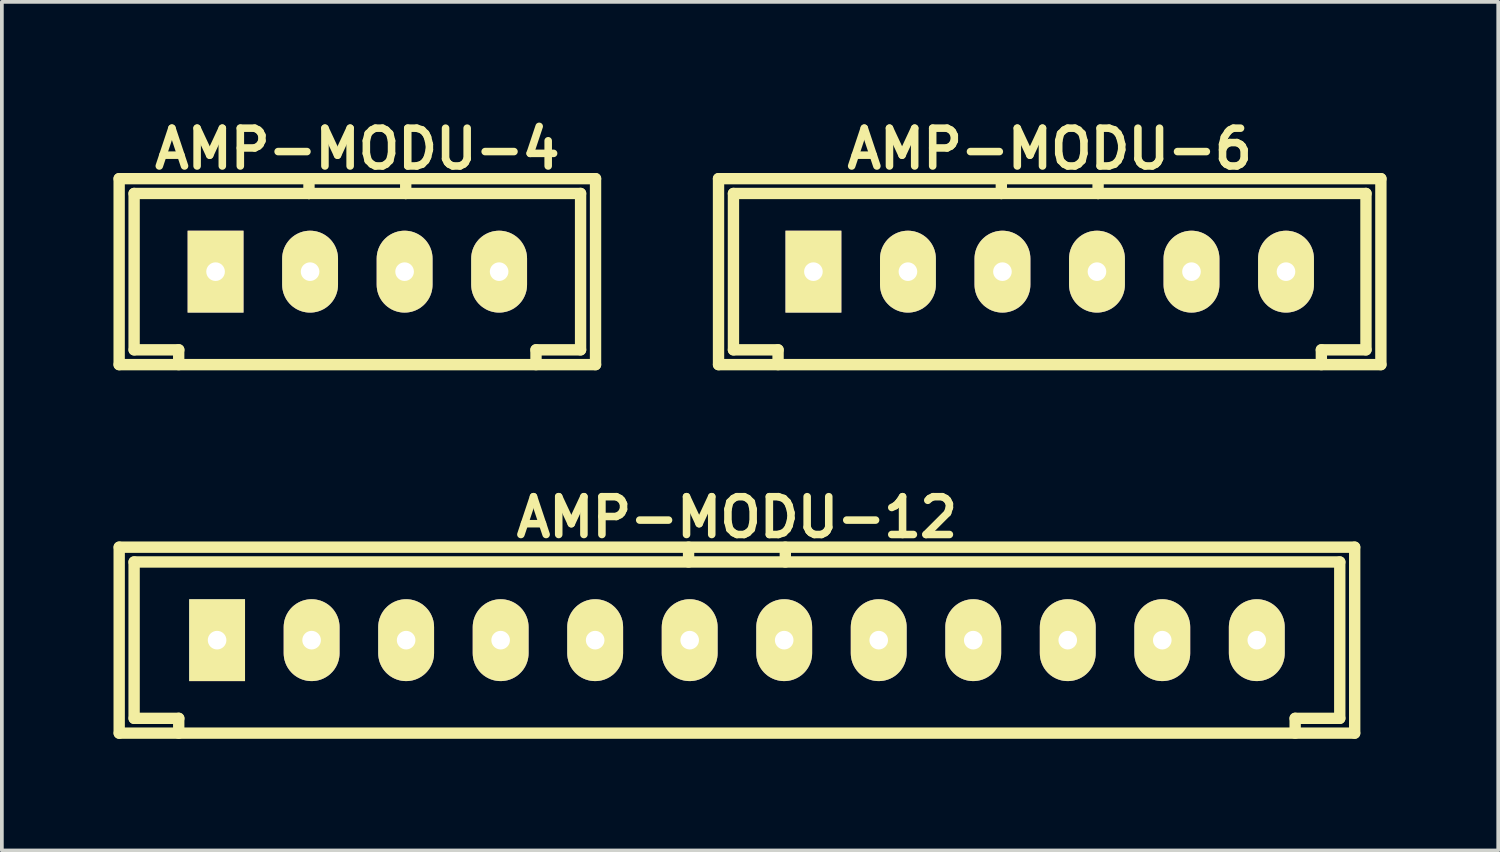
<source format=kicad_pcb>
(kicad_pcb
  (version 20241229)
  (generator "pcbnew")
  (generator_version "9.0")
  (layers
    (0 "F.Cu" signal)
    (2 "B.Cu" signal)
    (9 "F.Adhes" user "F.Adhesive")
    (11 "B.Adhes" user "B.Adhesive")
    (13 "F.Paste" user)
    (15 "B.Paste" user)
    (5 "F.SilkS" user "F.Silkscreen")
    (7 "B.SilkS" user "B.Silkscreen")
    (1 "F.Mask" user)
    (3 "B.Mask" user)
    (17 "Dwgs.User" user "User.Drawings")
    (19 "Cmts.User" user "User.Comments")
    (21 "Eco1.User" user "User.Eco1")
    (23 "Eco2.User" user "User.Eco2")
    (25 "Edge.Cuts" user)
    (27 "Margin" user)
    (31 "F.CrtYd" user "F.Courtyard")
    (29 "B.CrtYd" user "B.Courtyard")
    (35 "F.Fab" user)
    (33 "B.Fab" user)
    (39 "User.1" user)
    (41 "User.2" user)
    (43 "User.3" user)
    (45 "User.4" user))
  (footprint "AMP-MODU-12"
    (layer "F.Cu")
    (at 16.754 14.153)
    (property "Reference" "AMP-MODU-12" (at 0 -3.299 0) (layer "F.SilkS") (effects (font (size 1.016 1.016) (thickness 0.203))))
    (attr through_hole)
    (fp_line (start -16.601 2.499) (end -16.601 -2.499) (stroke (width 0.305) (type solid)) (layer "F.SilkS"))
    (fp_line (start -16.599 -2.499) (end 16.599 -2.499) (stroke (width 0.305) (type solid)) (layer "F.SilkS"))
    (fp_line (start -16.2 -2.101) (end -16.2 2.101) (stroke (width 0.305) (type solid)) (layer "F.SilkS"))
    (fp_line (start -16.2 -2.101) (end 16.2 -2.101) (stroke (width 0.305) (type solid)) (layer "F.SilkS"))
    (fp_line (start -15.001 2.101) (end -15.001 2.499) (stroke (width 0.305) (type solid)) (layer "F.SilkS"))
    (fp_line (start -14.999 2.101) (end -16.198 2.101) (stroke (width 0.305) (type solid)) (layer "F.SilkS"))
    (fp_line (start -1.3 -2.101) (end -1.3 -2.499) (stroke (width 0.305) (type solid)) (layer "F.SilkS"))
    (fp_line (start 1.3 -2.499) (end 1.3 -2.101) (stroke (width 0.305) (type solid)) (layer "F.SilkS"))
    (fp_line (start 15.001 2.499) (end 15.001 2.101) (stroke (width 0.305) (type solid)) (layer "F.SilkS"))
    (fp_line (start 16.2 2.101) (end 15.001 2.101) (stroke (width 0.305) (type solid)) (layer "F.SilkS"))
    (fp_line (start 16.2 2.101) (end 16.2 -2.101) (stroke (width 0.305) (type solid)) (layer "F.SilkS"))
    (fp_line (start 16.599 2.499) (end -16.599 2.499) (stroke (width 0.305) (type solid)) (layer "F.SilkS"))
    (fp_line (start 16.601 -2.499) (end 16.601 2.499) (stroke (width 0.305) (type solid)) (layer "F.SilkS"))
    (pad "1" thru_hole rect (at -13.97 0) (size 1.501 2.2) (drill 0.5) (layers "*.Cu" "*.Mask" "F.SilkS"))
    (pad "2" thru_hole oval (at -11.43 0) (size 1.501 2.2) (drill 0.5) (layers "*.Cu" "*.Mask" "F.SilkS"))
    (pad "3" thru_hole oval (at -8.89 0) (size 1.501 2.2) (drill 0.5) (layers "*.Cu" "*.Mask" "F.SilkS"))
    (pad "4" thru_hole oval (at -6.35 0) (size 1.501 2.2) (drill 0.5) (layers "*.Cu" "*.Mask" "F.SilkS"))
    (pad "5" thru_hole oval (at -3.81 0) (size 1.501 2.2) (drill 0.5) (layers "*.Cu" "*.Mask" "F.SilkS"))
    (pad "6" thru_hole oval (at -1.27 0) (size 1.501 2.2) (drill 0.5) (layers "*.Cu" "*.Mask" "F.SilkS"))
    (pad "7" thru_hole oval (at 1.27 0) (size 1.501 2.2) (drill 0.5) (layers "*.Cu" "*.Mask" "F.SilkS"))
    (pad "8" thru_hole oval (at 3.81 0) (size 1.501 2.2) (drill 0.5) (layers "*.Cu" "*.Mask" "F.SilkS"))
    (pad "9" thru_hole oval (at 6.35 0) (size 1.501 2.2) (drill 0.5) (layers "*.Cu" "*.Mask" "F.SilkS"))
    (pad "10" thru_hole oval (at 8.89 0) (size 1.501 2.2) (drill 0.5) (layers "*.Cu" "*.Mask" "F.SilkS"))
    (pad "11" thru_hole oval (at 11.43 0) (size 1.501 2.2) (drill 0.5) (layers "*.Cu" "*.Mask" "F.SilkS"))
    (pad "12" thru_hole oval (at 13.97 0) (size 1.501 2.2) (drill 0.5) (layers "*.Cu" "*.Mask" "F.SilkS")))
  (footprint "AMP-MODU-4"
    (layer "F.Cu")
    (at 6.553 4.25)
    (property "Reference" "AMP-MODU-4" (at 0 -3.299 0) (layer "F.SilkS") (effects (font (size 1.016 1.016) (thickness 0.203))))
    (attr through_hole)
    (fp_line (start -6.401 -2.499) (end 6.401 -2.499) (stroke (width 0.305) (type solid)) (layer "F.SilkS"))
    (fp_line (start -6.401 2.499) (end -6.401 -2.499) (stroke (width 0.305) (type solid)) (layer "F.SilkS"))
    (fp_line (start -5.999 -2.101) (end -5.999 2.101) (stroke (width 0.305) (type solid)) (layer "F.SilkS"))
    (fp_line (start -4.801 2.101) (end -4.801 2.499) (stroke (width 0.305) (type solid)) (layer "F.SilkS"))
    (fp_line (start -4.798 2.101) (end -5.997 2.101) (stroke (width 0.305) (type solid)) (layer "F.SilkS"))
    (fp_line (start -1.3 -2.101) (end -5.999 -2.101) (stroke (width 0.305) (type solid)) (layer "F.SilkS"))
    (fp_line (start -1.3 -2.101) (end -1.3 -2.499) (stroke (width 0.305) (type solid)) (layer "F.SilkS"))
    (fp_line (start -1.3 -2.101) (end 1.3 -2.101) (stroke (width 0.305) (type solid)) (layer "F.SilkS"))
    (fp_line (start 1.3 -2.499) (end 1.3 -2.101) (stroke (width 0.305) (type solid)) (layer "F.SilkS"))
    (fp_line (start 4.801 2.499) (end 4.801 2.101) (stroke (width 0.305) (type solid)) (layer "F.SilkS"))
    (fp_line (start 5.999 -2.101) (end 1.3 -2.101) (stroke (width 0.305) (type solid)) (layer "F.SilkS"))
    (fp_line (start 5.999 2.101) (end 4.801 2.101) (stroke (width 0.305) (type solid)) (layer "F.SilkS"))
    (fp_line (start 5.999 2.101) (end 5.999 -2.101) (stroke (width 0.305) (type solid)) (layer "F.SilkS"))
    (fp_line (start 6.401 -2.499) (end 6.401 2.499) (stroke (width 0.305) (type solid)) (layer "F.SilkS"))
    (fp_line (start 6.401 2.499) (end -6.401 2.499) (stroke (width 0.305) (type solid)) (layer "F.SilkS"))
    (pad "1" thru_hole rect (at -3.81 0) (size 1.501 2.2) (drill 0.5) (layers "*.Cu" "*.Mask" "F.SilkS"))
    (pad "2" thru_hole oval (at -1.27 0) (size 1.501 2.2) (drill 0.5) (layers "*.Cu" "*.Mask" "F.SilkS"))
    (pad "3" thru_hole oval (at 1.27 0) (size 1.501 2.2) (drill 0.5) (layers "*.Cu" "*.Mask" "F.SilkS"))
    (pad "4" thru_hole oval (at 3.81 0) (size 1.501 2.2) (drill 0.5) (layers "*.Cu" "*.Mask" "F.SilkS")))
  (footprint "AMP-MODU-6"
    (layer "F.Cu")
    (at 25.159 4.25)
    (property "Reference" "AMP-MODU-6" (at 0 -3.299 0) (layer "F.SilkS") (effects (font (size 1.016 1.016) (thickness 0.203))))
    (attr through_hole)
    (fp_line (start -8.9 2.499) (end -8.9 -2.499) (stroke (width 0.305) (type solid)) (layer "F.SilkS"))
    (fp_line (start -8.499 -2.101) (end -8.499 2.101) (stroke (width 0.305) (type solid)) (layer "F.SilkS"))
    (fp_line (start -7.3 2.101) (end -8.499 2.101) (stroke (width 0.305) (type solid)) (layer "F.SilkS"))
    (fp_line (start -7.3 2.101) (end -7.3 2.499) (stroke (width 0.305) (type solid)) (layer "F.SilkS"))
    (fp_line (start -1.3 -2.101) (end -8.499 -2.101) (stroke (width 0.305) (type solid)) (layer "F.SilkS"))
    (fp_line (start -1.3 -2.101) (end -1.3 -2.499) (stroke (width 0.305) (type solid)) (layer "F.SilkS"))
    (fp_line (start -1.3 -2.101) (end 1.3 -2.101) (stroke (width 0.305) (type solid)) (layer "F.SilkS"))
    (fp_line (start 1.3 -2.499) (end 1.3 -2.101) (stroke (width 0.305) (type solid)) (layer "F.SilkS"))
    (fp_line (start 7.3 2.499) (end 7.3 2.101) (stroke (width 0.305) (type solid)) (layer "F.SilkS"))
    (fp_line (start 8.499 -2.101) (end 1.3 -2.101) (stroke (width 0.305) (type solid)) (layer "F.SilkS"))
    (fp_line (start 8.499 2.101) (end 7.3 2.101) (stroke (width 0.305) (type solid)) (layer "F.SilkS"))
    (fp_line (start 8.499 2.101) (end 8.499 -2.101) (stroke (width 0.305) (type solid)) (layer "F.SilkS"))
    (fp_line (start 8.9 -2.499) (end -8.9 -2.499) (stroke (width 0.305) (type solid)) (layer "F.SilkS"))
    (fp_line (start 8.9 -2.499) (end 8.9 2.499) (stroke (width 0.305) (type solid)) (layer "F.SilkS"))
    (fp_line (start 8.9 2.499) (end -8.9 2.499) (stroke (width 0.305) (type solid)) (layer "F.SilkS"))
    (pad "1" thru_hole rect (at -6.35 0) (size 1.501 2.2) (drill 0.5) (layers "*.Cu" "*.Mask" "F.SilkS"))
    (pad "2" thru_hole oval (at -3.81 0) (size 1.501 2.2) (drill 0.5) (layers "*.Cu" "*.Mask" "F.SilkS"))
    (pad "3" thru_hole oval (at -1.27 0) (size 1.501 2.2) (drill 0.5) (layers "*.Cu" "*.Mask" "F.SilkS"))
    (pad "4" thru_hole oval (at 1.27 0) (size 1.501 2.2) (drill 0.5) (layers "*.Cu" "*.Mask" "F.SilkS"))
    (pad "5" thru_hole oval (at 3.81 0) (size 1.501 2.2) (drill 0.5) (layers "*.Cu" "*.Mask" "F.SilkS"))
    (pad "6" thru_hole oval (at 6.35 0) (size 1.501 2.2) (drill 0.5) (layers "*.Cu" "*.Mask" "F.SilkS")))
  (gr_rect
    (start -3 -3)
    (end 37.212 19.804)
    (stroke (width 0.1) (type default))
    (fill no)
    (layer "Edge.Cuts")))
</source>
